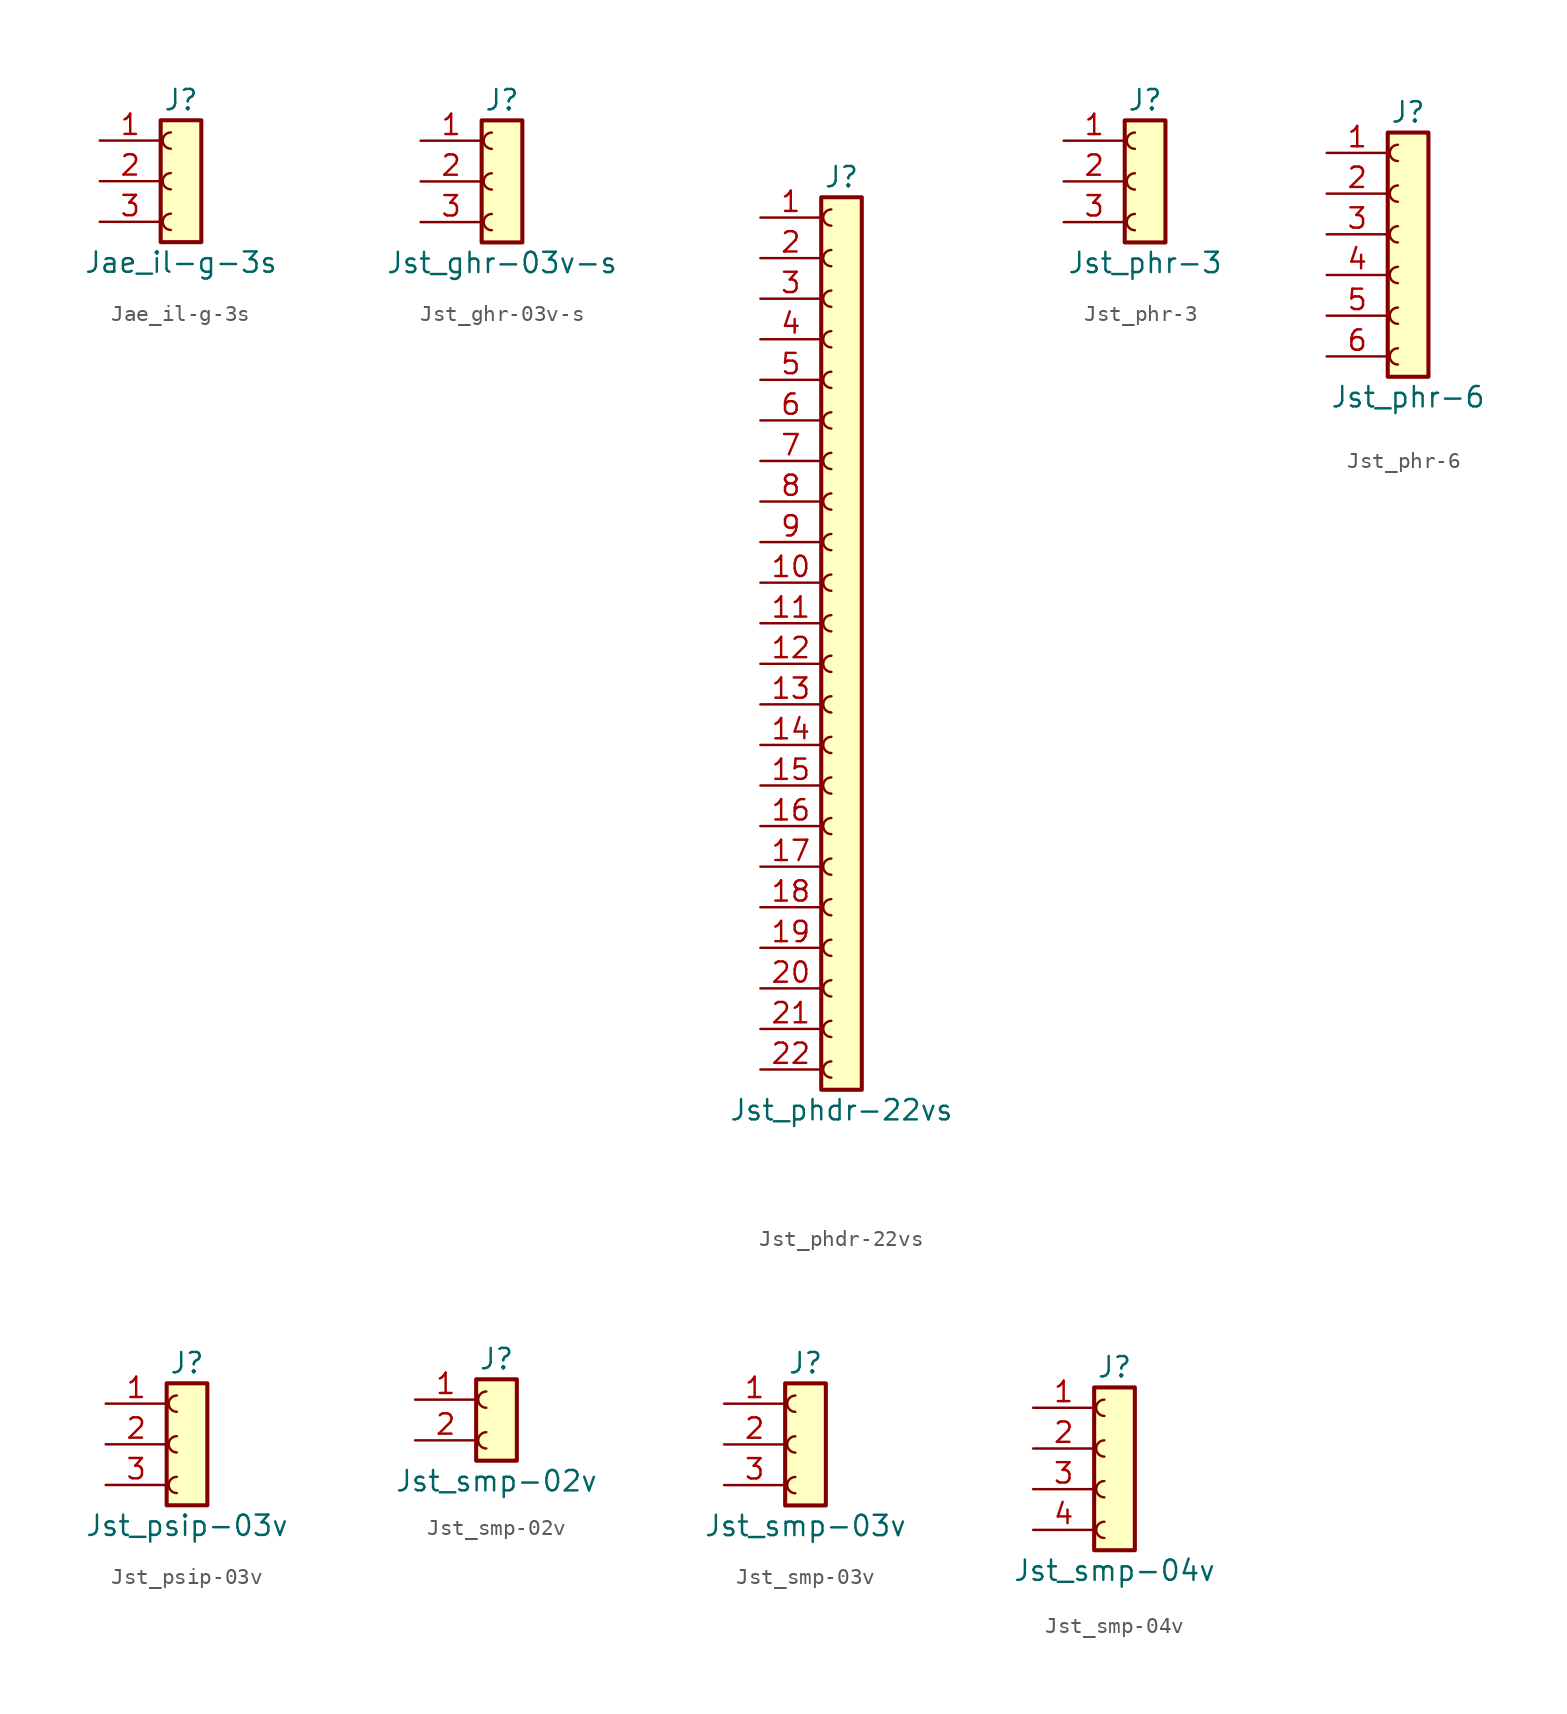
<source format=kicad_sym>
(kicad_symbol_lib
  (version 20220914)
  (generator kicad_symbol_editor)
  (symbol "Jae_il-g-3s"
    (pin_names
      (offset 1.016) hide)
    (property "Reference" "J"
      (at 0 5.08 0)
      (effects (font (size 1.27 1.27))))
    (property "Value" "Jae_il-g-3s"
      (at 0 -5.08 0)
      (effects (font (size 1.27 1.27))))
    (symbol "Jae_il-g-3s_1_1"
      (rectangle (start -1.27 3.81) (end 1.27 -3.81) (stroke (width 0.254) (type default)) (fill (type background)))
      (arc (start -0.635 -2.032) (mid -1.1408 -2.54) (end -0.635 -3.048) (stroke (width 0) (type default)) (fill (type none)))
      (arc (start -0.635 0.508) (mid -1.1408 0) (end -0.635 -0.508) (stroke (width 0) (type default)) (fill (type none)))
      (arc (start -0.635 3.048) (mid -1.1408 2.54) (end -0.635 2.032) (stroke (width 0) (type default)) (fill (type none)))
      (pin passive line (at -5.08 2.54 0) (length 3.81) (name "Pin_1" (effects (font (size 1.27 1.27)))) (number "1" (effects (font (size 1.27 1.27)))))
      (pin passive line (at -5.08 0 0) (length 3.81) (name "Pin_2" (effects (font (size 1.27 1.27)))) (number "2" (effects (font (size 1.27 1.27)))))
      (pin passive line (at -5.08 -2.54 0) (length 3.81) (name "Pin_3" (effects (font (size 1.27 1.27)))) (number "3" (effects (font (size 1.27 1.27)))))))
  (symbol "Jst_ghr-03v-s"
    (pin_names
      (offset 1.016) hide)
    (property "Reference" "J"
      (at 0 5.08 0)
      (effects (font (size 1.27 1.27))))
    (property "Value" "Jst_ghr-03v-s"
      (at 0 -5.08 0)
      (effects (font (size 1.27 1.27))))
    (symbol "Jst_ghr-03v-s_1_1"
      (rectangle (start -1.27 3.81) (end 1.27 -3.81) (stroke (width 0.254) (type default)) (fill (type background)))
      (arc (start -0.635 -2.032) (mid -1.1408 -2.54) (end -0.635 -3.048) (stroke (width 0) (type default)) (fill (type none)))
      (arc (start -0.635 0.508) (mid -1.1408 0) (end -0.635 -0.508) (stroke (width 0) (type default)) (fill (type none)))
      (arc (start -0.635 3.048) (mid -1.1408 2.54) (end -0.635 2.032) (stroke (width 0) (type default)) (fill (type none)))
      (pin passive line (at -5.08 2.54 0) (length 3.81) (name "Pin_1" (effects (font (size 1.27 1.27)))) (number "1" (effects (font (size 1.27 1.27)))))
      (pin passive line (at -5.08 0 0) (length 3.81) (name "Pin_2" (effects (font (size 1.27 1.27)))) (number "2" (effects (font (size 1.27 1.27)))))
      (pin passive line (at -5.08 -2.54 0) (length 3.81) (name "Pin_3" (effects (font (size 1.27 1.27)))) (number "3" (effects (font (size 1.27 1.27)))))))
  (symbol "Jst_phdr-22vs"
    (pin_names
      (offset 1.016) hide)
    (property "Reference" "J"
      (at 0 27.94 0)
      (effects (font (size 1.27 1.27))))
    (property "Value" "Jst_phdr-22vs"
      (at 0 -30.48 0)
      (effects (font (size 1.27 1.27))))
    (symbol "Jst_phdr-22vs_0_0"
      (arc (start -0.635 -27.432) (mid -1.1408 -27.94) (end -0.635 -28.448) (stroke (width 0) (type default)) (fill (type none))))
    (symbol "Jst_phdr-22vs_1_1"
      (rectangle (start -1.27 26.67) (end 1.27 -29.21) (stroke (width 0.254) (type default)) (fill (type background)))
      (arc (start -0.635 -24.892) (mid -1.1408 -25.4) (end -0.635 -25.908) (stroke (width 0) (type default)) (fill (type none)))
      (arc (start -0.635 -22.352) (mid -1.1408 -22.86) (end -0.635 -23.368) (stroke (width 0) (type default)) (fill (type none)))
      (arc (start -0.635 -19.812) (mid -1.1408 -20.32) (end -0.635 -20.828) (stroke (width 0) (type default)) (fill (type none)))
      (arc (start -0.635 -17.272) (mid -1.1408 -17.78) (end -0.635 -18.288) (stroke (width 0) (type default)) (fill (type none)))
      (arc (start -0.635 -14.732) (mid -1.1408 -15.24) (end -0.635 -15.748) (stroke (width 0) (type default)) (fill (type none)))
      (arc (start -0.635 -12.192) (mid -1.1408 -12.7) (end -0.635 -13.208) (stroke (width 0) (type default)) (fill (type none)))
      (arc (start -0.635 -9.652) (mid -1.1408 -10.16) (end -0.635 -10.668) (stroke (width 0) (type default)) (fill (type none)))
      (arc (start -0.635 -7.112) (mid -1.1408 -7.62) (end -0.635 -8.128) (stroke (width 0) (type default)) (fill (type none)))
      (arc (start -0.635 -4.572) (mid -1.1408 -5.08) (end -0.635 -5.588) (stroke (width 0) (type default)) (fill (type none)))
      (arc (start -0.635 -2.032) (mid -1.1408 -2.54) (end -0.635 -3.048) (stroke (width 0) (type default)) (fill (type none)))
      (arc (start -0.635 0.508) (mid -1.1408 0) (end -0.635 -0.508) (stroke (width 0) (type default)) (fill (type none)))
      (arc (start -0.635 3.048) (mid -1.1408 2.54) (end -0.635 2.032) (stroke (width 0) (type default)) (fill (type none)))
      (arc (start -0.635 5.588) (mid -1.1408 5.08) (end -0.635 4.572) (stroke (width 0) (type default)) (fill (type none)))
      (arc (start -0.635 8.128) (mid -1.1408 7.62) (end -0.635 7.112) (stroke (width 0) (type default)) (fill (type none)))
      (arc (start -0.635 10.668) (mid -1.1408 10.16) (end -0.635 9.652) (stroke (width 0) (type default)) (fill (type none)))
      (arc (start -0.635 13.208) (mid -1.1408 12.7) (end -0.635 12.192) (stroke (width 0) (type default)) (fill (type none)))
      (arc (start -0.635 15.748) (mid -1.1408 15.24) (end -0.635 14.732) (stroke (width 0) (type default)) (fill (type none)))
      (arc (start -0.635 18.288) (mid -1.1408 17.78) (end -0.635 17.272) (stroke (width 0) (type default)) (fill (type none)))
      (arc (start -0.635 20.828) (mid -1.1408 20.32) (end -0.635 19.812) (stroke (width 0) (type default)) (fill (type none)))
      (arc (start -0.635 23.368) (mid -1.1408 22.86) (end -0.635 22.352) (stroke (width 0) (type default)) (fill (type none)))
      (arc (start -0.635 25.908) (mid -1.1408 25.4) (end -0.635 24.892) (stroke (width 0) (type default)) (fill (type none)))
      (pin passive line (at -5.08 25.4 0) (length 3.81) (name "Pin_1" (effects (font (size 1.27 1.27)))) (number "1" (effects (font (size 1.27 1.27)))))
      (pin passive line (at -5.08 2.54 0) (length 3.81) (name "Pin_10" (effects (font (size 1.27 1.27)))) (number "10" (effects (font (size 1.27 1.27)))))
      (pin passive line (at -5.08 0 0) (length 3.81) (name "Pin_11" (effects (font (size 1.27 1.27)))) (number "11" (effects (font (size 1.27 1.27)))))
      (pin passive line (at -5.08 -2.54 0) (length 3.81) (name "Pin_12" (effects (font (size 1.27 1.27)))) (number "12" (effects (font (size 1.27 1.27)))))
      (pin passive line (at -5.08 -5.08 0) (length 3.81) (name "Pin_13" (effects (font (size 1.27 1.27)))) (number "13" (effects (font (size 1.27 1.27)))))
      (pin passive line (at -5.08 -7.62 0) (length 3.81) (name "Pin_14" (effects (font (size 1.27 1.27)))) (number "14" (effects (font (size 1.27 1.27)))))
      (pin passive line (at -5.08 -10.16 0) (length 3.81) (name "Pin_15" (effects (font (size 1.27 1.27)))) (number "15" (effects (font (size 1.27 1.27)))))
      (pin passive line (at -5.08 -12.7 0) (length 3.81) (name "Pin_16" (effects (font (size 1.27 1.27)))) (number "16" (effects (font (size 1.27 1.27)))))
      (pin passive line (at -5.08 -15.24 0) (length 3.81) (name "Pin_17" (effects (font (size 1.27 1.27)))) (number "17" (effects (font (size 1.27 1.27)))))
      (pin passive line (at -5.08 -17.78 0) (length 3.81) (name "Pin_18" (effects (font (size 1.27 1.27)))) (number "18" (effects (font (size 1.27 1.27)))))
      (pin passive line (at -5.08 -20.32 0) (length 3.81) (name "Pin_19" (effects (font (size 1.27 1.27)))) (number "19" (effects (font (size 1.27 1.27)))))
      (pin passive line (at -5.08 22.86 0) (length 3.81) (name "Pin_2" (effects (font (size 1.27 1.27)))) (number "2" (effects (font (size 1.27 1.27)))))
      (pin passive line (at -5.08 -22.86 0) (length 3.81) (name "Pin_20" (effects (font (size 1.27 1.27)))) (number "20" (effects (font (size 1.27 1.27)))))
      (pin passive line (at -5.08 -25.4 0) (length 3.81) (name "Pin_21" (effects (font (size 1.27 1.27)))) (number "21" (effects (font (size 1.27 1.27)))))
      (pin passive line (at -5.08 -27.94 0) (length 3.81) (name "Pin_22" (effects (font (size 1.27 1.27)))) (number "22" (effects (font (size 1.27 1.27)))))
      (pin passive line (at -5.08 20.32 0) (length 3.81) (name "Pin_3" (effects (font (size 1.27 1.27)))) (number "3" (effects (font (size 1.27 1.27)))))
      (pin passive line (at -5.08 17.78 0) (length 3.81) (name "Pin_4" (effects (font (size 1.27 1.27)))) (number "4" (effects (font (size 1.27 1.27)))))
      (pin passive line (at -5.08 15.24 0) (length 3.81) (name "Pin_5" (effects (font (size 1.27 1.27)))) (number "5" (effects (font (size 1.27 1.27)))))
      (pin passive line (at -5.08 12.7 0) (length 3.81) (name "Pin_6" (effects (font (size 1.27 1.27)))) (number "6" (effects (font (size 1.27 1.27)))))
      (pin passive line (at -5.08 10.16 0) (length 3.81) (name "Pin_7" (effects (font (size 1.27 1.27)))) (number "7" (effects (font (size 1.27 1.27)))))
      (pin passive line (at -5.08 7.62 0) (length 3.81) (name "Pin_8" (effects (font (size 1.27 1.27)))) (number "8" (effects (font (size 1.27 1.27)))))
      (pin passive line (at -5.08 5.08 0) (length 3.81) (name "Pin_9" (effects (font (size 1.27 1.27)))) (number "9" (effects (font (size 1.27 1.27)))))))
  (symbol "Jst_phr-3"
    (pin_names
      (offset 1.016) hide)
    (property "Reference" "J"
      (at 0 5.08 0)
      (effects (font (size 1.27 1.27))))
    (property "Value" "Jst_phr-3"
      (at 0 -5.08 0)
      (effects (font (size 1.27 1.27))))
    (symbol "Jst_phr-3_1_1"
      (rectangle (start -1.27 3.81) (end 1.27 -3.81) (stroke (width 0.254) (type default)) (fill (type background)))
      (arc (start -0.635 -2.032) (mid -1.1408 -2.54) (end -0.635 -3.048) (stroke (width 0) (type default)) (fill (type none)))
      (arc (start -0.635 0.508) (mid -1.1408 0) (end -0.635 -0.508) (stroke (width 0) (type default)) (fill (type none)))
      (arc (start -0.635 3.048) (mid -1.1408 2.54) (end -0.635 2.032) (stroke (width 0) (type default)) (fill (type none)))
      (pin passive line (at -5.08 2.54 0) (length 3.81) (name "Pin_1" (effects (font (size 1.27 1.27)))) (number "1" (effects (font (size 1.27 1.27)))))
      (pin passive line (at -5.08 0 0) (length 3.81) (name "Pin_2" (effects (font (size 1.27 1.27)))) (number "2" (effects (font (size 1.27 1.27)))))
      (pin passive line (at -5.08 -2.54 0) (length 3.81) (name "Pin_3" (effects (font (size 1.27 1.27)))) (number "3" (effects (font (size 1.27 1.27)))))))
  (symbol "Jst_phr-6"
    (pin_names
      (offset 1.016) hide)
    (property "Reference" "J"
      (at 0 8.89 0)
      (effects (font (size 1.27 1.27))))
    (property "Value" "Jst_phr-6"
      (at 0 -8.89 0)
      (effects (font (size 1.27 1.27))))
    (symbol "Jst_phr-6_1_1"
      (rectangle (start -1.27 7.62) (end 1.27 -7.62) (stroke (width 0.254) (type default)) (fill (type background)))
      (arc (start -0.635 -5.842) (mid -1.1408 -6.35) (end -0.635 -6.858) (stroke (width 0) (type default)) (fill (type none)))
      (arc (start -0.635 -3.302) (mid -1.1408 -3.81) (end -0.635 -4.318) (stroke (width 0) (type default)) (fill (type none)))
      (arc (start -0.635 -0.762) (mid -1.1408 -1.27) (end -0.635 -1.778) (stroke (width 0) (type default)) (fill (type none)))
      (arc (start -0.635 1.778) (mid -1.1408 1.27) (end -0.635 0.762) (stroke (width 0) (type default)) (fill (type none)))
      (arc (start -0.635 4.318) (mid -1.1408 3.81) (end -0.635 3.302) (stroke (width 0) (type default)) (fill (type none)))
      (arc (start -0.635 6.858) (mid -1.1408 6.35) (end -0.635 5.842) (stroke (width 0) (type default)) (fill (type none)))
      (pin passive line (at -5.08 6.35 0) (length 3.81) (name "Pin_1" (effects (font (size 1.27 1.27)))) (number "1" (effects (font (size 1.27 1.27)))))
      (pin passive line (at -5.08 3.81 0) (length 3.81) (name "Pin_2" (effects (font (size 1.27 1.27)))) (number "2" (effects (font (size 1.27 1.27)))))
      (pin passive line (at -5.08 1.27 0) (length 3.81) (name "Pin_3" (effects (font (size 1.27 1.27)))) (number "3" (effects (font (size 1.27 1.27)))))
      (pin passive line (at -5.08 -1.27 0) (length 3.81) (name "Pin_4" (effects (font (size 1.27 1.27)))) (number "4" (effects (font (size 1.27 1.27)))))
      (pin passive line (at -5.08 -3.81 0) (length 3.81) (name "Pin_5" (effects (font (size 1.27 1.27)))) (number "5" (effects (font (size 1.27 1.27)))))
      (pin passive line (at -5.08 -6.35 0) (length 3.81) (name "Pin_6" (effects (font (size 1.27 1.27)))) (number "6" (effects (font (size 1.27 1.27)))))))
  (symbol "Jst_psip-03v"
    (pin_names
      (offset 1.016) hide)
    (property "Reference" "J"
      (at 0 5.08 0)
      (effects (font (size 1.27 1.27))))
    (property "Value" "Jst_psip-03v"
      (at 0 -5.08 0)
      (effects (font (size 1.27 1.27))))
    (symbol "Jst_psip-03v_1_1"
      (rectangle (start -1.27 3.81) (end 1.27 -3.81) (stroke (width 0.254) (type default)) (fill (type background)))
      (arc (start -0.635 -2.032) (mid -1.1408 -2.54) (end -0.635 -3.048) (stroke (width 0) (type default)) (fill (type none)))
      (arc (start -0.635 0.508) (mid -1.1408 0) (end -0.635 -0.508) (stroke (width 0) (type default)) (fill (type none)))
      (arc (start -0.635 3.048) (mid -1.1408 2.54) (end -0.635 2.032) (stroke (width 0) (type default)) (fill (type none)))
      (pin passive line (at -5.08 2.54 0) (length 3.81) (name "Pin_1" (effects (font (size 1.27 1.27)))) (number "1" (effects (font (size 1.27 1.27)))))
      (pin passive line (at -5.08 0 0) (length 3.81) (name "Pin_2" (effects (font (size 1.27 1.27)))) (number "2" (effects (font (size 1.27 1.27)))))
      (pin passive line (at -5.08 -2.54 0) (length 3.81) (name "Pin_3" (effects (font (size 1.27 1.27)))) (number "3" (effects (font (size 1.27 1.27)))))))
  (symbol "Jst_smp-02v"
    (pin_names
      (offset 1.016) hide)
    (property "Reference" "J"
      (at 0 5.08 0)
      (effects (font (size 1.27 1.27))))
    (property "Value" "Jst_smp-02v"
      (at 0 -2.54 0)
      (effects (font (size 1.27 1.27))))
    (symbol "Jst_smp-02v_1_1"
      (rectangle (start -1.27 3.81) (end 1.27 -1.27) (stroke (width 0.254) (type default)) (fill (type background)))
      (arc (start -0.635 0.508) (mid -1.1408 0) (end -0.635 -0.508) (stroke (width 0) (type default)) (fill (type none)))
      (arc (start -0.635 3.048) (mid -1.1408 2.54) (end -0.635 2.032) (stroke (width 0) (type default)) (fill (type none)))
      (pin passive line (at -5.08 2.54 0) (length 3.81) (name "Pin_1" (effects (font (size 1.27 1.27)))) (number "1" (effects (font (size 1.27 1.27)))))
      (pin passive line (at -5.08 0 0) (length 3.81) (name "Pin_2" (effects (font (size 1.27 1.27)))) (number "2" (effects (font (size 1.27 1.27)))))))
  (symbol "Jst_smp-03v"
    (pin_names
      (offset 1.016) hide)
    (property "Reference" "J"
      (at 0 5.08 0)
      (effects (font (size 1.27 1.27))))
    (property "Value" "Jst_smp-03v"
      (at 0 -5.08 0)
      (effects (font (size 1.27 1.27))))
    (symbol "Jst_smp-03v_1_1"
      (rectangle (start -1.27 3.81) (end 1.27 -3.81) (stroke (width 0.254) (type default)) (fill (type background)))
      (arc (start -0.635 -2.032) (mid -1.1408 -2.54) (end -0.635 -3.048) (stroke (width 0) (type default)) (fill (type none)))
      (arc (start -0.635 0.508) (mid -1.1408 0) (end -0.635 -0.508) (stroke (width 0) (type default)) (fill (type none)))
      (arc (start -0.635 3.048) (mid -1.1408 2.54) (end -0.635 2.032) (stroke (width 0) (type default)) (fill (type none)))
      (pin passive line (at -5.08 2.54 0) (length 3.81) (name "Pin_1" (effects (font (size 1.27 1.27)))) (number "1" (effects (font (size 1.27 1.27)))))
      (pin passive line (at -5.08 0 0) (length 3.81) (name "Pin_2" (effects (font (size 1.27 1.27)))) (number "2" (effects (font (size 1.27 1.27)))))
      (pin passive line (at -5.08 -2.54 0) (length 3.81) (name "Pin_3" (effects (font (size 1.27 1.27)))) (number "3" (effects (font (size 1.27 1.27)))))))
  (symbol "Jst_smp-04v"
    (pin_names
      (offset 1.016) hide)
    (property "Reference" "J"
      (at 0 6.35 0)
      (effects (font (size 1.27 1.27))))
    (property "Value" "Jst_smp-04v"
      (at 0 -6.35 0)
      (effects (font (size 1.27 1.27))))
    (symbol "Jst_smp-04v_1_1"
      (rectangle (start -1.27 5.08) (end 1.27 -5.08) (stroke (width 0.254) (type default)) (fill (type background)))
      (arc (start -0.635 -3.302) (mid -1.1408 -3.81) (end -0.635 -4.318) (stroke (width 0) (type default)) (fill (type none)))
      (arc (start -0.635 -0.762) (mid -1.1408 -1.27) (end -0.635 -1.778) (stroke (width 0) (type default)) (fill (type none)))
      (arc (start -0.635 1.778) (mid -1.1408 1.27) (end -0.635 0.762) (stroke (width 0) (type default)) (fill (type none)))
      (arc (start -0.635 4.318) (mid -1.1408 3.81) (end -0.635 3.302) (stroke (width 0) (type default)) (fill (type none)))
      (pin passive line (at -5.08 3.81 0) (length 3.81) (name "Pin_1" (effects (font (size 1.27 1.27)))) (number "1" (effects (font (size 1.27 1.27)))))
      (pin passive line (at -5.08 1.27 0) (length 3.81) (name "Pin_2" (effects (font (size 1.27 1.27)))) (number "2" (effects (font (size 1.27 1.27)))))
      (pin passive line (at -5.08 -1.27 0) (length 3.81) (name "Pin_3" (effects (font (size 1.27 1.27)))) (number "3" (effects (font (size 1.27 1.27)))))
      (pin passive line (at -5.08 -3.81 0) (length 3.81) (name "Pin_4" (effects (font (size 1.27 1.27)))) (number "4" (effects (font (size 1.27 1.27))))))))
</source>
